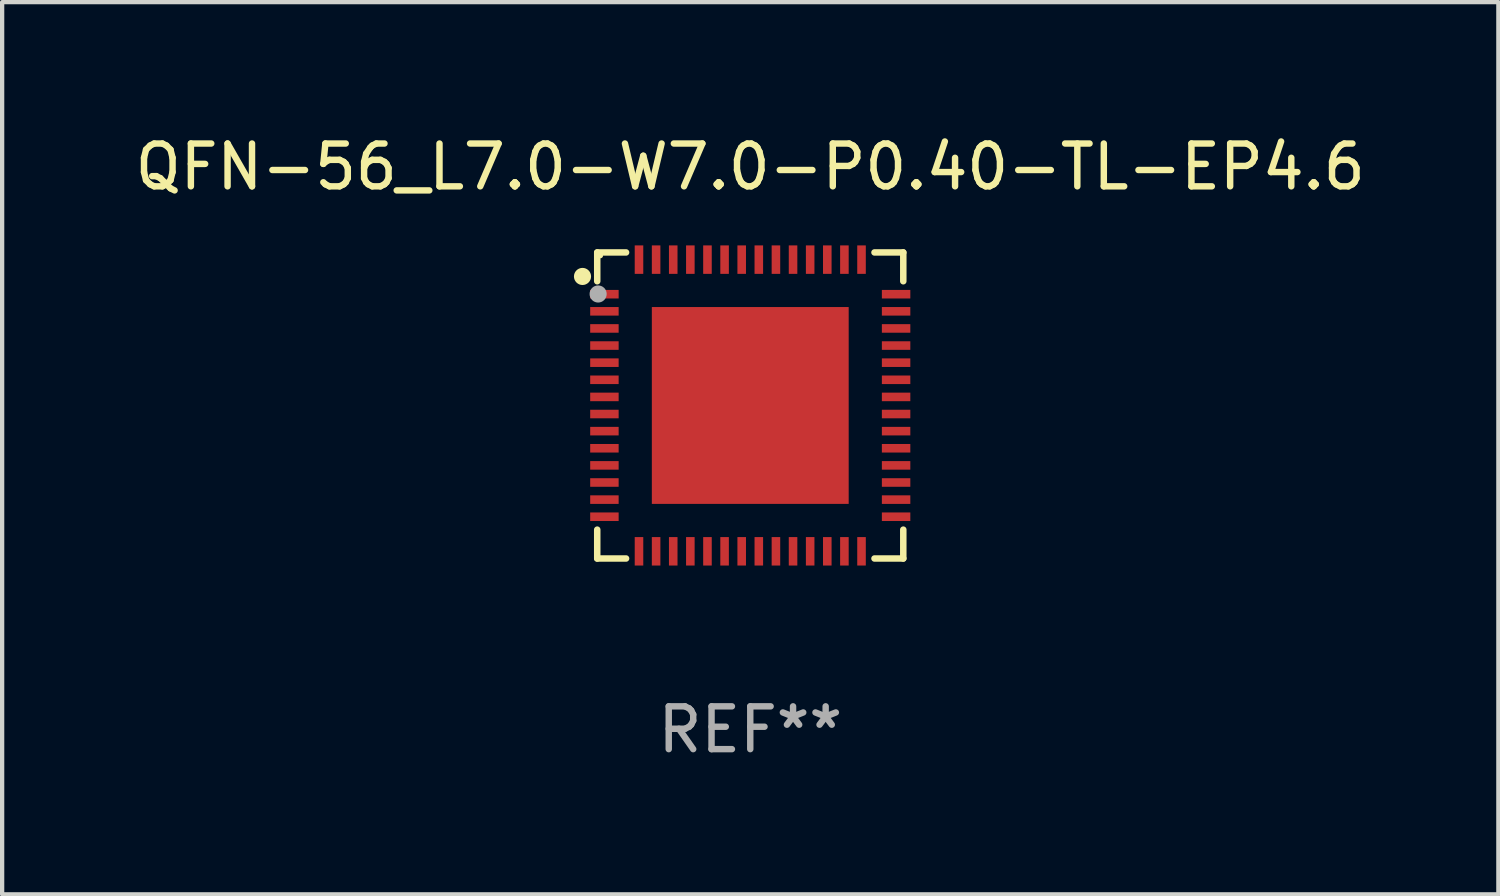
<source format=kicad_pcb>
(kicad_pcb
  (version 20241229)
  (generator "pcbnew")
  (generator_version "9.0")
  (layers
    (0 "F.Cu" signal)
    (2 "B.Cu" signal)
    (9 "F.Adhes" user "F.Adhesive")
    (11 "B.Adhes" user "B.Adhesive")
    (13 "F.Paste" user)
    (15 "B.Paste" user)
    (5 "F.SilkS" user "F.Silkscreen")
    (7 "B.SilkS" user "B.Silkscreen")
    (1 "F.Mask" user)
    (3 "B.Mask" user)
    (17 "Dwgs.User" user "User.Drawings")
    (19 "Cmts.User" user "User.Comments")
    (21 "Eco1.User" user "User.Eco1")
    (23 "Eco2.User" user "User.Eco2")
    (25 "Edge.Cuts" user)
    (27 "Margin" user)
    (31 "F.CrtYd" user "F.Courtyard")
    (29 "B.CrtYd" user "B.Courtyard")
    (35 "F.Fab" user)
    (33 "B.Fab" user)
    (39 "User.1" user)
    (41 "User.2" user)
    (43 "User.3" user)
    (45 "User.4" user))
  (footprint "QFN-56_L7.0-W7.0-P0.40-TL-EP4.6"
    (layer "F.Cu")
    (at 14.482 6.425)
    (property "Reference" "QFN-56_L7.0-W7.0-P0.40-TL-EP4.6" (at 0.000076 -5.576 0) (layer "F.SilkS") (effects (font (size 1 1) (thickness 0.15))))
    (attr through_hole)
    (fp_line (start -3.576 -3.576) (end -3.576 -2.903) (stroke (width 0.152) (type solid)) (layer "F.SilkS"))
    (fp_line (start -3.576 3.576) (end -3.576 2.902) (stroke (width 0.152) (type solid)) (layer "F.SilkS"))
    (fp_line (start -2.902 -3.576) (end -3.576 -3.576) (stroke (width 0.152) (type solid)) (layer "F.SilkS"))
    (fp_line (start -2.902 3.576) (end -3.576 3.576) (stroke (width 0.152) (type solid)) (layer "F.SilkS"))
    (fp_line (start 2.903 -3.576) (end 3.576 -3.576) (stroke (width 0.152) (type solid)) (layer "F.SilkS"))
    (fp_line (start 2.903 3.576) (end 3.576 3.576) (stroke (width 0.152) (type solid)) (layer "F.SilkS"))
    (fp_line (start 3.576 -3.576) (end 3.576 -2.903) (stroke (width 0.152) (type solid)) (layer "F.SilkS"))
    (fp_line (start 3.576 3.576) (end 3.576 2.902) (stroke (width 0.152) (type solid)) (layer "F.SilkS"))
    (fp_circle (center -3.92 -3.015) (end -3.82 -3.015) (stroke (width 0.2) (type solid)) (fill no) (layer "F.SilkS"))
    (fp_circle (center -3.5 -3.5) (end -3.47 -3.5) (stroke (width 0.06) (type solid)) (fill no) (layer "F.SilkS"))
    (fp_circle (center -3.555 -2.605) (end -3.455 -2.605) (stroke (width 0.2) (type solid)) (fill no) (layer "F.Fab"))
    (fp_text user "REF**" (at 0.000076 7.576 0) (layer "F.Fab") (effects (font (size 1 1) (thickness 0.15))))
    (pad "1" smd rect (at -3.408 -2.6) (size 0.665 0.2) (layers "F.Cu" "F.Mask" "F.Paste"))
    (pad "2" smd rect (at -3.408 -2.2) (size 0.665 0.2) (layers "F.Cu" "F.Mask" "F.Paste"))
    (pad "3" smd rect (at -3.408 -1.8) (size 0.665 0.2) (layers "F.Cu" "F.Mask" "F.Paste"))
    (pad "4" smd rect (at -3.408 -1.4) (size 0.665 0.2) (layers "F.Cu" "F.Mask" "F.Paste"))
    (pad "5" smd rect (at -3.408 -1) (size 0.665 0.2) (layers "F.Cu" "F.Mask" "F.Paste"))
    (pad "6" smd rect (at -3.408 -0.6) (size 0.665 0.2) (layers "F.Cu" "F.Mask" "F.Paste"))
    (pad "7" smd rect (at -3.408 -0.2) (size 0.665 0.2) (layers "F.Cu" "F.Mask" "F.Paste"))
    (pad "8" smd rect (at -3.408 0.2) (size 0.665 0.2) (layers "F.Cu" "F.Mask" "F.Paste"))
    (pad "9" smd rect (at -3.408 0.6) (size 0.665 0.2) (layers "F.Cu" "F.Mask" "F.Paste"))
    (pad "10" smd rect (at -3.408 1) (size 0.665 0.2) (layers "F.Cu" "F.Mask" "F.Paste"))
    (pad "11" smd rect (at -3.408 1.4) (size 0.665 0.2) (layers "F.Cu" "F.Mask" "F.Paste"))
    (pad "12" smd rect (at -3.408 1.8) (size 0.665 0.2) (layers "F.Cu" "F.Mask" "F.Paste"))
    (pad "13" smd rect (at -3.408 2.2) (size 0.665 0.2) (layers "F.Cu" "F.Mask" "F.Paste"))
    (pad "14" smd rect (at -3.408 2.6) (size 0.665 0.2) (layers "F.Cu" "F.Mask" "F.Paste"))
    (pad "15" smd rect (at -2.6 3.408) (size 0.2 0.665) (layers "F.Cu" "F.Mask" "F.Paste"))
    (pad "16" smd rect (at -2.2 3.408) (size 0.2 0.665) (layers "F.Cu" "F.Mask" "F.Paste"))
    (pad "17" smd rect (at -1.8 3.408) (size 0.2 0.665) (layers "F.Cu" "F.Mask" "F.Paste"))
    (pad "18" smd rect (at -1.4 3.408) (size 0.2 0.665) (layers "F.Cu" "F.Mask" "F.Paste"))
    (pad "19" smd rect (at -1 3.408) (size 0.2 0.665) (layers "F.Cu" "F.Mask" "F.Paste"))
    (pad "20" smd rect (at -0.6 3.408) (size 0.2 0.665) (layers "F.Cu" "F.Mask" "F.Paste"))
    (pad "21" smd rect (at -0.2 3.408) (size 0.2 0.665) (layers "F.Cu" "F.Mask" "F.Paste"))
    (pad "22" smd rect (at 0.2 3.408) (size 0.2 0.665) (layers "F.Cu" "F.Mask" "F.Paste"))
    (pad "23" smd rect (at 0.6 3.408) (size 0.2 0.665) (layers "F.Cu" "F.Mask" "F.Paste"))
    (pad "24" smd rect (at 1 3.408) (size 0.2 0.665) (layers "F.Cu" "F.Mask" "F.Paste"))
    (pad "25" smd rect (at 1.4 3.408) (size 0.2 0.665) (layers "F.Cu" "F.Mask" "F.Paste"))
    (pad "26" smd rect (at 1.8 3.408) (size 0.2 0.665) (layers "F.Cu" "F.Mask" "F.Paste"))
    (pad "27" smd rect (at 2.2 3.408) (size 0.2 0.665) (layers "F.Cu" "F.Mask" "F.Paste"))
    (pad "28" smd rect (at 2.6 3.408) (size 0.2 0.665) (layers "F.Cu" "F.Mask" "F.Paste"))
    (pad "29" smd rect (at 3.408 2.6) (size 0.665 0.2) (layers "F.Cu" "F.Mask" "F.Paste"))
    (pad "30" smd rect (at 3.408 2.2) (size 0.665 0.2) (layers "F.Cu" "F.Mask" "F.Paste"))
    (pad "31" smd rect (at 3.408 1.8) (size 0.665 0.2) (layers "F.Cu" "F.Mask" "F.Paste"))
    (pad "32" smd rect (at 3.408 1.4) (size 0.665 0.2) (layers "F.Cu" "F.Mask" "F.Paste"))
    (pad "33" smd rect (at 3.408 1) (size 0.665 0.2) (layers "F.Cu" "F.Mask" "F.Paste"))
    (pad "34" smd rect (at 3.408 0.6) (size 0.665 0.2) (layers "F.Cu" "F.Mask" "F.Paste"))
    (pad "35" smd rect (at 3.408 0.2) (size 0.665 0.2) (layers "F.Cu" "F.Mask" "F.Paste"))
    (pad "36" smd rect (at 3.408 -0.2) (size 0.665 0.2) (layers "F.Cu" "F.Mask" "F.Paste"))
    (pad "37" smd rect (at 3.408 -0.6) (size 0.665 0.2) (layers "F.Cu" "F.Mask" "F.Paste"))
    (pad "38" smd rect (at 3.408 -1) (size 0.665 0.2) (layers "F.Cu" "F.Mask" "F.Paste"))
    (pad "39" smd rect (at 3.408 -1.4) (size 0.665 0.2) (layers "F.Cu" "F.Mask" "F.Paste"))
    (pad "40" smd rect (at 3.408 -1.8) (size 0.665 0.2) (layers "F.Cu" "F.Mask" "F.Paste"))
    (pad "41" smd rect (at 3.408 -2.2) (size 0.665 0.2) (layers "F.Cu" "F.Mask" "F.Paste"))
    (pad "42" smd rect (at 3.408 -2.6) (size 0.665 0.2) (layers "F.Cu" "F.Mask" "F.Paste"))
    (pad "43" smd rect (at 2.6 -3.408) (size 0.2 0.665) (layers "F.Cu" "F.Mask" "F.Paste"))
    (pad "44" smd rect (at 2.2 -3.408) (size 0.2 0.665) (layers "F.Cu" "F.Mask" "F.Paste"))
    (pad "45" smd rect (at 1.8 -3.408) (size 0.2 0.665) (layers "F.Cu" "F.Mask" "F.Paste"))
    (pad "46" smd rect (at 1.4 -3.408) (size 0.2 0.665) (layers "F.Cu" "F.Mask" "F.Paste"))
    (pad "47" smd rect (at 1 -3.408) (size 0.2 0.665) (layers "F.Cu" "F.Mask" "F.Paste"))
    (pad "48" smd rect (at 0.6 -3.408) (size 0.2 0.665) (layers "F.Cu" "F.Mask" "F.Paste"))
    (pad "49" smd rect (at 0.2 -3.408) (size 0.2 0.665) (layers "F.Cu" "F.Mask" "F.Paste"))
    (pad "50" smd rect (at -0.2 -3.408) (size 0.2 0.665) (layers "F.Cu" "F.Mask" "F.Paste"))
    (pad "51" smd rect (at -0.6 -3.408) (size 0.2 0.665) (layers "F.Cu" "F.Mask" "F.Paste"))
    (pad "52" smd rect (at -1 -3.408) (size 0.2 0.665) (layers "F.Cu" "F.Mask" "F.Paste"))
    (pad "53" smd rect (at -1.4 -3.408) (size 0.2 0.665) (layers "F.Cu" "F.Mask" "F.Paste"))
    (pad "54" smd rect (at -1.8 -3.408) (size 0.2 0.665) (layers "F.Cu" "F.Mask" "F.Paste"))
    (pad "55" smd rect (at -2.2 -3.408) (size 0.2 0.665) (layers "F.Cu" "F.Mask" "F.Paste"))
    (pad "56" smd rect (at -2.6 -3.408) (size 0.2 0.665) (layers "F.Cu" "F.Mask" "F.Paste"))
    (pad "57" smd rect (at 0.000127 -0.000127) (size 4.6 4.6) (layers "F.Cu" "F.Mask" "F.Paste")))
  (gr_rect
    (start -3 -3)
    (end 31.964 17.849)
    (stroke (width 0.1) (type default))
    (fill no)
    (layer "Edge.Cuts")))
</source>
